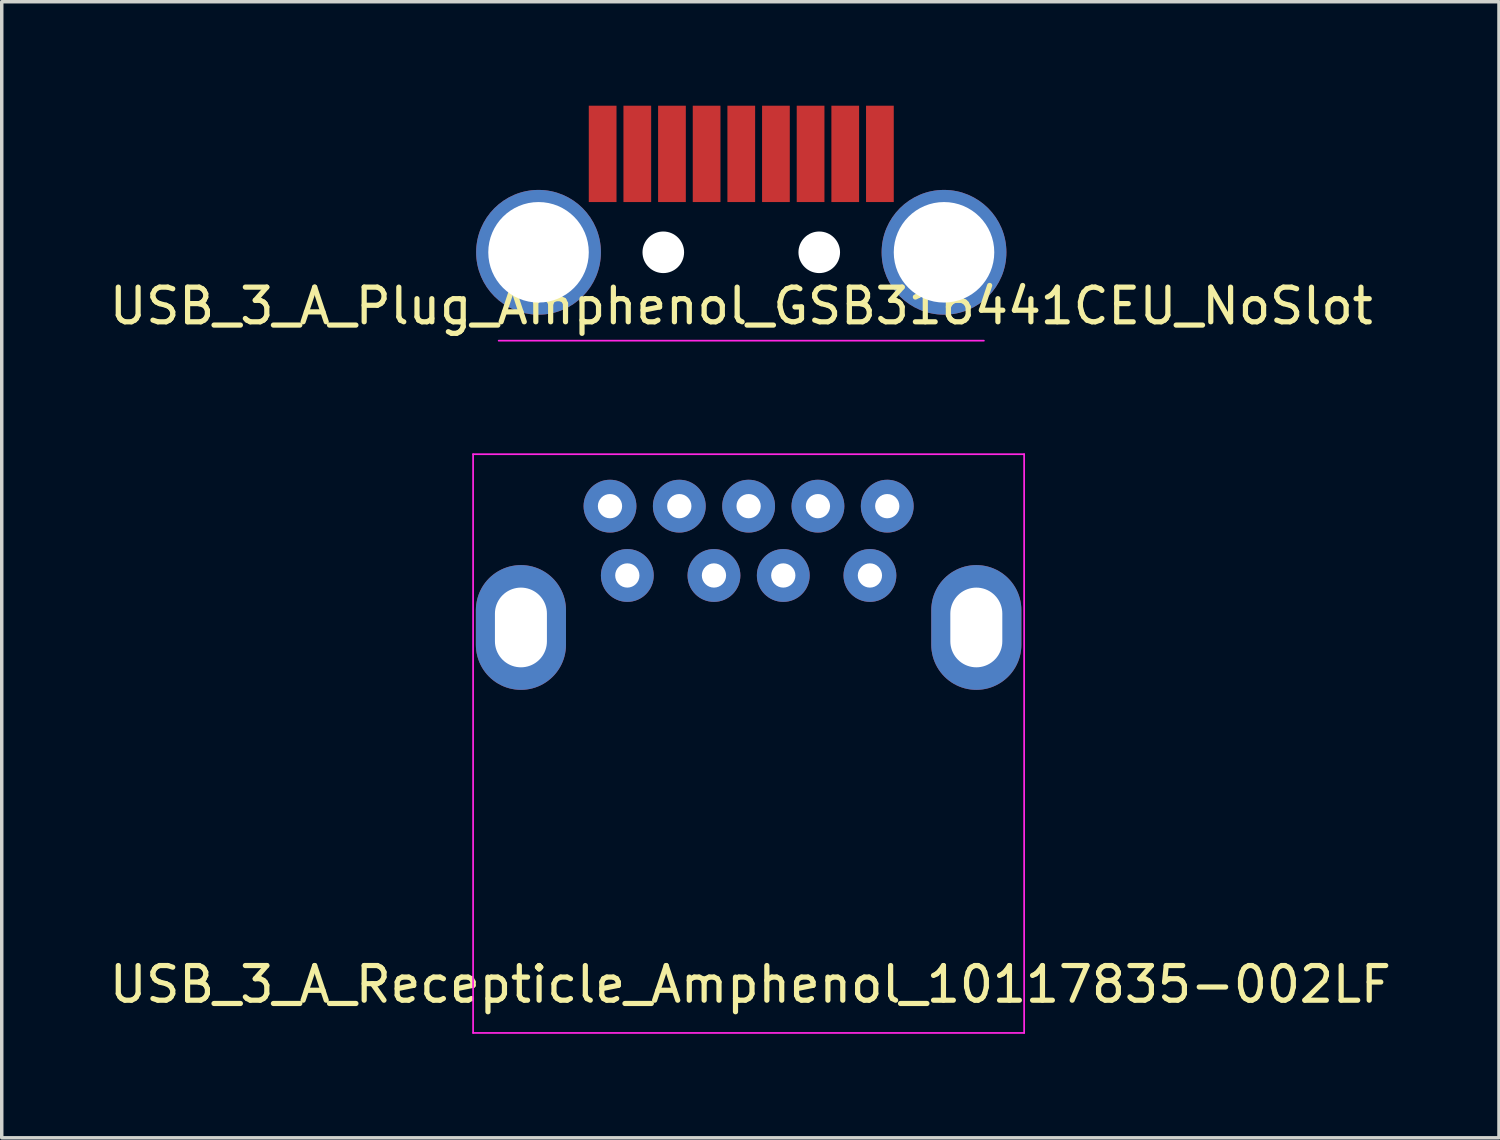
<source format=kicad_pcb>
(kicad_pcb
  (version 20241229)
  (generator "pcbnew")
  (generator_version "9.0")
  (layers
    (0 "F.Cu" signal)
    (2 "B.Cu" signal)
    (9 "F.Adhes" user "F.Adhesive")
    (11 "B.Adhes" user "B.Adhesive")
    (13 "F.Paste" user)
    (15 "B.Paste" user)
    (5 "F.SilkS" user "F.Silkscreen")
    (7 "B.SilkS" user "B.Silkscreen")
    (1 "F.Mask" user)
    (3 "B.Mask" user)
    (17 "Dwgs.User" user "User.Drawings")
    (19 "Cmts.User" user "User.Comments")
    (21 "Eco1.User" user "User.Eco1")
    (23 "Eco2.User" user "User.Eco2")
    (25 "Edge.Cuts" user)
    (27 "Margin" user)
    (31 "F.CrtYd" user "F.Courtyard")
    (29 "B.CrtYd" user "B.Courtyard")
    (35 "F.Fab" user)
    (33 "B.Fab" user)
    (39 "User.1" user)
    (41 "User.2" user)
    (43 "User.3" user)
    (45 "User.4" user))
  (footprint "USB_3_A_Plug_Amphenol_GSB316441CEU_NoSlot"
    (layer "F.Cu")
    (at 18.339 6.78)
    (property "Reference" "USB_3_A_Plug_Amphenol_GSB316441CEU_NoSlot" (at 0 -1 0) (layer "F.SilkS") (effects (font (size 1 1) (thickness 0.15))))
    (attr through_hole)
    (fp_line (start -7 0) (end 7 0) (stroke (width 0.05) (type solid)) (layer "F.CrtYd"))
    (pad "" np_thru_hole circle (at -2.25 -2.55) (size 1.2 1.2) (drill 1.2) (layers "*.Cu" "*.Mask"))
    (pad "" np_thru_hole circle (at 2.25 -2.55) (size 1.2 1.2) (drill 1.2) (layers "*.Cu" "*.Mask"))
    (pad "1" smd rect (at 3 -5.39) (size 0.8 2.78) (layers "F.Cu" "F.Mask" "F.Paste"))
    (pad "2" smd rect (at 1 -5.39) (size 0.8 2.78) (layers "F.Cu" "F.Mask" "F.Paste"))
    (pad "3" smd rect (at -1 -5.39) (size 0.8 2.78) (layers "F.Cu" "F.Mask" "F.Paste"))
    (pad "4" smd rect (at -3 -5.39) (size 0.8 2.78) (layers "F.Cu" "F.Mask" "F.Paste"))
    (pad "5" smd rect (at -4 -5.39) (size 0.8 2.78) (layers "F.Cu" "F.Mask" "F.Paste"))
    (pad "6" smd rect (at -2 -5.39) (size 0.8 2.78) (layers "F.Cu" "F.Mask" "F.Paste"))
    (pad "7" smd rect (at 0 -5.39) (size 0.8 2.78) (layers "F.Cu" "F.Mask" "F.Paste"))
    (pad "8" smd rect (at 2 -5.39) (size 0.8 2.78) (layers "F.Cu" "F.Mask" "F.Paste"))
    (pad "9" smd rect (at 4 -5.39) (size 0.8 2.78) (layers "F.Cu" "F.Mask" "F.Paste"))
    (pad "10" thru_hole circle (at -5.85 -2.55) (size 3.6 3.6) (drill 2.9) (layers "*.Cu" "*.Mask"))
    (pad "10" thru_hole circle (at 5.85 -2.55) (size 3.6 3.6) (drill 2.9) (layers "*.Cu" "*.Mask")))
  (footprint "USB_3_A_Recepticle_Amphenol_10117835-002LF"
    (layer "F.Cu")
    (at 18.551 18.405)
    (property "Reference" "USB_3_A_Recepticle_Amphenol_10117835-002LF" (at 0.05 6.95 0) (layer "F.SilkS") (effects (font (size 1 1) (thickness 0.15))))
    (attr through_hole)
    (fp_line (start -7.95 8.35) (end -7.95 -8.35) (stroke (width 0.05) (type solid)) (layer "F.CrtYd"))
    (fp_line (start -7.95 8.35) (end 7.95 8.35) (stroke (width 0.05) (type solid)) (layer "F.CrtYd"))
    (fp_line (start 7.95 -8.35) (end -7.95 -8.35) (stroke (width 0.05) (type solid)) (layer "F.CrtYd"))
    (fp_line (start 7.95 8.35) (end 7.95 -8.35) (stroke (width 0.05) (type solid)) (layer "F.CrtYd"))
    (pad "1" thru_hole circle (at -3.5 -4.85) (size 1.524 1.524) (drill 0.7) (layers "*.Cu" "*.Mask"))
    (pad "2" thru_hole circle (at -1 -4.85) (size 1.524 1.524) (drill 0.7) (layers "*.Cu" "*.Mask"))
    (pad "3" thru_hole circle (at 1 -4.85) (size 1.524 1.524) (drill 0.7) (layers "*.Cu" "*.Mask"))
    (pad "4" thru_hole circle (at 3.5 -4.85) (size 1.524 1.524) (drill 0.7) (layers "*.Cu" "*.Mask"))
    (pad "5" thru_hole circle (at 4 -6.85) (size 1.524 1.524) (drill 0.7) (layers "*.Cu" "*.Mask"))
    (pad "6" thru_hole circle (at 2 -6.85) (size 1.524 1.524) (drill 0.7) (layers "*.Cu" "*.Mask"))
    (pad "7" thru_hole circle (at 0 -6.85) (size 1.524 1.524) (drill 0.7) (layers "*.Cu" "*.Mask"))
    (pad "8" thru_hole circle (at -2 -6.85) (size 1.524 1.524) (drill 0.7) (layers "*.Cu" "*.Mask"))
    (pad "9" thru_hole circle (at -4 -6.85) (size 1.524 1.524) (drill 0.7) (layers "*.Cu" "*.Mask"))
    (pad "10" thru_hole oval (at -6.57 -3.35) (size 2.6 3.6) (drill oval 1.5 2.3) (layers "*.Cu" "*.Mask"))
    (pad "10" thru_hole oval (at 6.57 -3.35) (size 2.6 3.6) (drill oval 1.5 2.3) (layers "*.Cu" "*.Mask")))
  (gr_rect
    (start -3 -3)
    (end 40.202 29.78)
    (stroke (width 0.1) (type default))
    (fill no)
    (layer "Edge.Cuts")))
</source>
